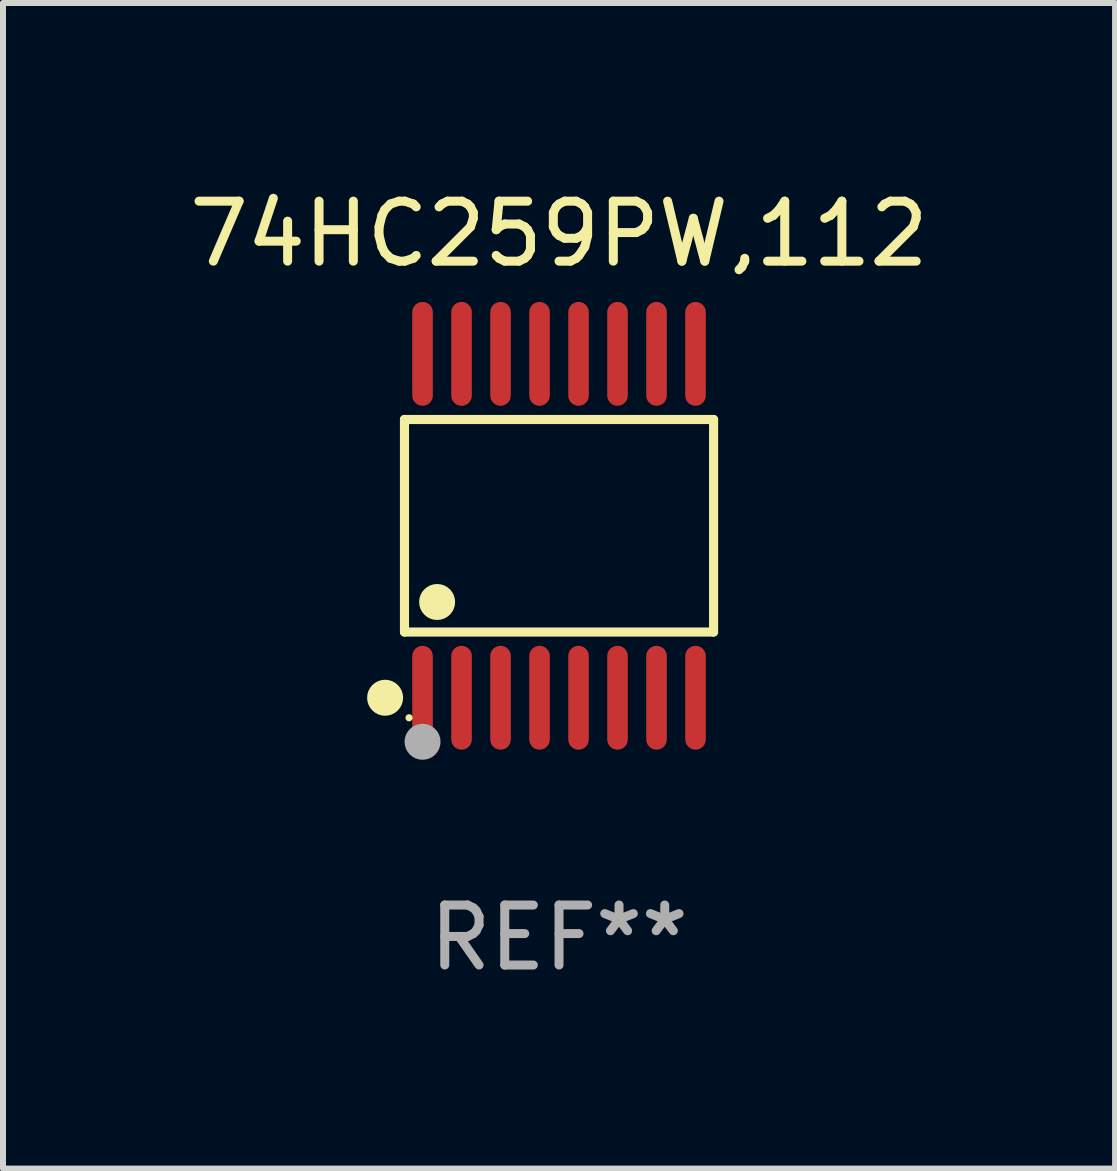
<source format=kicad_pcb>
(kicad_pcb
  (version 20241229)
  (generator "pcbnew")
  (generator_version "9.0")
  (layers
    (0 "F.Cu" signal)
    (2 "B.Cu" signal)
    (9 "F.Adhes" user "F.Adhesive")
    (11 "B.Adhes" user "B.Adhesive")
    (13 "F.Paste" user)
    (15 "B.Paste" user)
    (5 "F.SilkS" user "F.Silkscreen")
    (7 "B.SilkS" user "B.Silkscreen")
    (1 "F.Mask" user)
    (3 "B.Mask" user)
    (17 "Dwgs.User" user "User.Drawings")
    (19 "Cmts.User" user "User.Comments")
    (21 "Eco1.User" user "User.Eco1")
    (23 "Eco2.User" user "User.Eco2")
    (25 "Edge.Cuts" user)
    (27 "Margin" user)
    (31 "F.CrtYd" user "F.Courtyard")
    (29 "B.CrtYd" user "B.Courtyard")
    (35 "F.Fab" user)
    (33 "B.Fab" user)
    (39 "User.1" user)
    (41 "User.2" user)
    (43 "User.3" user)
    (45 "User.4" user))
  (footprint "74HC259PW,112"
    (layer "F.Cu")
    (at 6.268 5.714)
    (property "Reference" "74HC259PW,112" (at 0 -4.866 0) (layer "F.SilkS") (effects (font (size 1 1) (thickness 0.15))))
    (attr through_hole)
    (fp_line (start -2.576 -1.772) (end 2.576 -1.772) (stroke (width 0.152) (type solid)) (layer "F.SilkS"))
    (fp_line (start -2.576 1.771) (end -2.576 -1.772) (stroke (width 0.152) (type solid)) (layer "F.SilkS"))
    (fp_line (start 2.576 -1.772) (end 2.576 1.771) (stroke (width 0.152) (type solid)) (layer "F.SilkS"))
    (fp_line (start 2.576 1.771) (end -2.576 1.771) (stroke (width 0.152) (type solid)) (layer "F.SilkS"))
    (fp_circle (center -2.899 2.866) (end -2.749 2.866) (stroke (width 0.3) (type solid)) (fill no) (layer "F.SilkS"))
    (fp_circle (center -2.5 3.2) (end -2.47 3.2) (stroke (width 0.06) (type solid)) (fill no) (layer "F.SilkS"))
    (fp_circle (center -2.032 1.27) (end -1.882 1.27) (stroke (width 0.3) (type solid)) (fill no) (layer "F.SilkS"))
    (fp_circle (center -2.275 3.6) (end -2.125 3.6) (stroke (width 0.3) (type solid)) (fill no) (layer "F.Fab"))
    (fp_text user "REF**" (at 0 6.866 0) (layer "F.Fab") (effects (font (size 1 1) (thickness 0.15))))
    (pad "1" smd oval (at -2.275 2.866) (size 0.343 1.731) (layers "F.Cu" "F.Mask" "F.Paste"))
    (pad "2" smd oval (at -1.625 2.866) (size 0.343 1.731) (layers "F.Cu" "F.Mask" "F.Paste"))
    (pad "3" smd oval (at -0.975 2.866) (size 0.343 1.731) (layers "F.Cu" "F.Mask" "F.Paste"))
    (pad "4" smd oval (at -0.325 2.866) (size 0.343 1.731) (layers "F.Cu" "F.Mask" "F.Paste"))
    (pad "5" smd oval (at 0.325 2.866) (size 0.343 1.731) (layers "F.Cu" "F.Mask" "F.Paste"))
    (pad "6" smd oval (at 0.975 2.866) (size 0.343 1.731) (layers "F.Cu" "F.Mask" "F.Paste"))
    (pad "7" smd oval (at 1.625 2.866) (size 0.343 1.731) (layers "F.Cu" "F.Mask" "F.Paste"))
    (pad "8" smd oval (at 2.275 2.866) (size 0.343 1.731) (layers "F.Cu" "F.Mask" "F.Paste"))
    (pad "9" smd oval (at 2.275 -2.866) (size 0.343 1.731) (layers "F.Cu" "F.Mask" "F.Paste"))
    (pad "10" smd oval (at 1.625 -2.866) (size 0.343 1.731) (layers "F.Cu" "F.Mask" "F.Paste"))
    (pad "11" smd oval (at 0.975 -2.866) (size 0.343 1.731) (layers "F.Cu" "F.Mask" "F.Paste"))
    (pad "12" smd oval (at 0.325 -2.866) (size 0.343 1.731) (layers "F.Cu" "F.Mask" "F.Paste"))
    (pad "13" smd oval (at -0.325 -2.866) (size 0.343 1.731) (layers "F.Cu" "F.Mask" "F.Paste"))
    (pad "14" smd oval (at -0.975 -2.866) (size 0.343 1.731) (layers "F.Cu" "F.Mask" "F.Paste"))
    (pad "15" smd oval (at -1.625 -2.866) (size 0.343 1.731) (layers "F.Cu" "F.Mask" "F.Paste"))
    (pad "16" smd oval (at -2.275 -2.866) (size 0.343 1.731) (layers "F.Cu" "F.Mask" "F.Paste")))
  (gr_rect
    (start -3 -3)
    (end 15.536 16.428)
    (stroke (width 0.1) (type default))
    (fill no)
    (layer "Edge.Cuts")))
</source>
